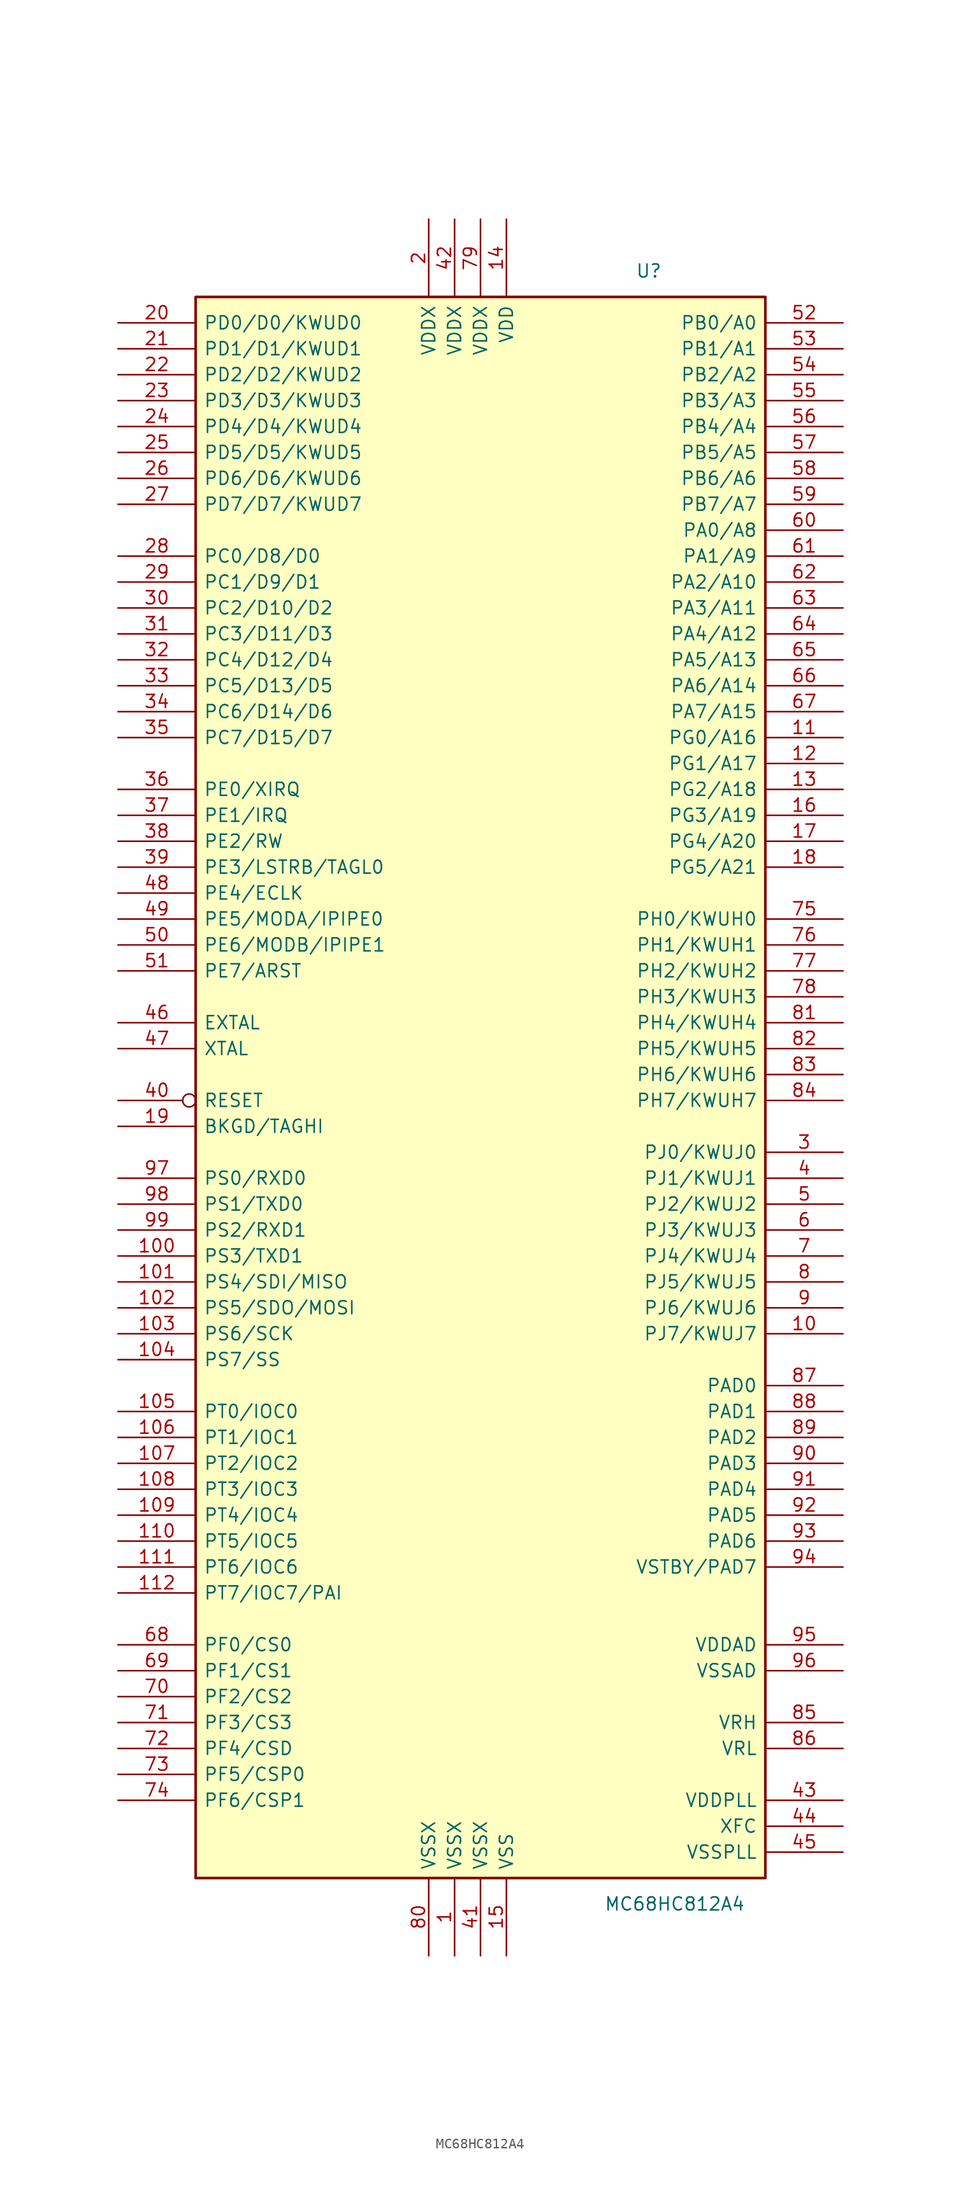
<source format=kicad_sym>
(kicad_symbol_lib
  (version 20201005)
  (generator kicad_symbol_editor)
  (symbol "MCU_NXP_HC12:MC68HC812A4"
    (pin_names
      (offset 0.762))
    (property "Reference" "U"
      (at 16.51 86.36 0)
      (effects (font (size 1.27 1.27))))
    (property "Value" "MC68HC812A4"
      (at 19.05 -73.66 0)
      (effects (font (size 1.27 1.27))))
    (symbol "MC68HC812A4_0_1"
      (rectangle (start -27.94 83.82) (end 27.94 -71.12) (stroke (width 0.254)) (fill (type background))))
    (symbol "MC68HC812A4_1_1"
      (pin power_in line (at -2.54 -78.74 90) (length 7.62) (name "VSSX" (effects (font (size 1.27 1.27)))) (number "1" (effects (font (size 1.27 1.27)))))
      (pin bidirectional line (at 35.56 -17.78 180) (length 7.62) (name "PJ7/KWUJ7" (effects (font (size 1.27 1.27)))) (number "10" (effects (font (size 1.27 1.27)))))
      (pin bidirectional line (at -35.56 -10.16 0) (length 7.62) (name "PS3/TXD1" (effects (font (size 1.27 1.27)))) (number "100" (effects (font (size 1.27 1.27)))))
      (pin bidirectional line (at -35.56 -12.7 0) (length 7.62) (name "PS4/SDI/MISO" (effects (font (size 1.27 1.27)))) (number "101" (effects (font (size 1.27 1.27)))))
      (pin bidirectional line (at -35.56 -15.24 0) (length 7.62) (name "PS5/SDO/MOSI" (effects (font (size 1.27 1.27)))) (number "102" (effects (font (size 1.27 1.27)))))
      (pin bidirectional line (at -35.56 -17.78 0) (length 7.62) (name "PS6/SCK" (effects (font (size 1.27 1.27)))) (number "103" (effects (font (size 1.27 1.27)))))
      (pin bidirectional line (at -35.56 -20.32 0) (length 7.62) (name "PS7/SS" (effects (font (size 1.27 1.27)))) (number "104" (effects (font (size 1.27 1.27)))))
      (pin bidirectional line (at -35.56 -25.4 0) (length 7.62) (name "PT0/IOC0" (effects (font (size 1.27 1.27)))) (number "105" (effects (font (size 1.27 1.27)))))
      (pin bidirectional line (at -35.56 -27.94 0) (length 7.62) (name "PT1/IOC1" (effects (font (size 1.27 1.27)))) (number "106" (effects (font (size 1.27 1.27)))))
      (pin bidirectional line (at -35.56 -30.48 0) (length 7.62) (name "PT2/IOC2" (effects (font (size 1.27 1.27)))) (number "107" (effects (font (size 1.27 1.27)))))
      (pin bidirectional line (at -35.56 -33.02 0) (length 7.62) (name "PT3/IOC3" (effects (font (size 1.27 1.27)))) (number "108" (effects (font (size 1.27 1.27)))))
      (pin bidirectional line (at -35.56 -35.56 0) (length 7.62) (name "PT4/IOC4" (effects (font (size 1.27 1.27)))) (number "109" (effects (font (size 1.27 1.27)))))
      (pin bidirectional line (at 35.56 40.64 180) (length 7.62) (name "PG0/A16" (effects (font (size 1.27 1.27)))) (number "11" (effects (font (size 1.27 1.27)))))
      (pin bidirectional line (at -35.56 -38.1 0) (length 7.62) (name "PT5/IOC5" (effects (font (size 1.27 1.27)))) (number "110" (effects (font (size 1.27 1.27)))))
      (pin bidirectional line (at -35.56 -40.64 0) (length 7.62) (name "PT6/IOC6" (effects (font (size 1.27 1.27)))) (number "111" (effects (font (size 1.27 1.27)))))
      (pin bidirectional line (at -35.56 -43.18 0) (length 7.62) (name "PT7/IOC7/PAI" (effects (font (size 1.27 1.27)))) (number "112" (effects (font (size 1.27 1.27)))))
      (pin bidirectional line (at 35.56 38.1 180) (length 7.62) (name "PG1/A17" (effects (font (size 1.27 1.27)))) (number "12" (effects (font (size 1.27 1.27)))))
      (pin bidirectional line (at 35.56 35.56 180) (length 7.62) (name "PG2/A18" (effects (font (size 1.27 1.27)))) (number "13" (effects (font (size 1.27 1.27)))))
      (pin power_in line (at 2.54 91.44 270) (length 7.62) (name "VDD" (effects (font (size 1.27 1.27)))) (number "14" (effects (font (size 1.27 1.27)))))
      (pin power_in line (at 2.54 -78.74 90) (length 7.62) (name "VSS" (effects (font (size 1.27 1.27)))) (number "15" (effects (font (size 1.27 1.27)))))
      (pin bidirectional line (at 35.56 33.02 180) (length 7.62) (name "PG3/A19" (effects (font (size 1.27 1.27)))) (number "16" (effects (font (size 1.27 1.27)))))
      (pin bidirectional line (at 35.56 30.48 180) (length 7.62) (name "PG4/A20" (effects (font (size 1.27 1.27)))) (number "17" (effects (font (size 1.27 1.27)))))
      (pin bidirectional line (at 35.56 27.94 180) (length 7.62) (name "PG5/A21" (effects (font (size 1.27 1.27)))) (number "18" (effects (font (size 1.27 1.27)))))
      (pin bidirectional line (at -35.56 2.54 0) (length 7.62) (name "BKGD/TAGHI" (effects (font (size 1.27 1.27)))) (number "19" (effects (font (size 1.27 1.27)))))
      (pin power_in line (at -5.08 91.44 270) (length 7.62) (name "VDDX" (effects (font (size 1.27 1.27)))) (number "2" (effects (font (size 1.27 1.27)))))
      (pin bidirectional line (at -35.56 81.28 0) (length 7.62) (name "PD0/D0/KWUD0" (effects (font (size 1.27 1.27)))) (number "20" (effects (font (size 1.27 1.27)))))
      (pin bidirectional line (at -35.56 78.74 0) (length 7.62) (name "PD1/D1/KWUD1" (effects (font (size 1.27 1.27)))) (number "21" (effects (font (size 1.27 1.27)))))
      (pin bidirectional line (at -35.56 76.2 0) (length 7.62) (name "PD2/D2/KWUD2" (effects (font (size 1.27 1.27)))) (number "22" (effects (font (size 1.27 1.27)))))
      (pin bidirectional line (at -35.56 73.66 0) (length 7.62) (name "PD3/D3/KWUD3" (effects (font (size 1.27 1.27)))) (number "23" (effects (font (size 1.27 1.27)))))
      (pin bidirectional line (at -35.56 71.12 0) (length 7.62) (name "PD4/D4/KWUD4" (effects (font (size 1.27 1.27)))) (number "24" (effects (font (size 1.27 1.27)))))
      (pin bidirectional line (at -35.56 68.58 0) (length 7.62) (name "PD5/D5/KWUD5" (effects (font (size 1.27 1.27)))) (number "25" (effects (font (size 1.27 1.27)))))
      (pin bidirectional line (at -35.56 66.04 0) (length 7.62) (name "PD6/D6/KWUD6" (effects (font (size 1.27 1.27)))) (number "26" (effects (font (size 1.27 1.27)))))
      (pin bidirectional line (at -35.56 63.5 0) (length 7.62) (name "PD7/D7/KWUD7" (effects (font (size 1.27 1.27)))) (number "27" (effects (font (size 1.27 1.27)))))
      (pin bidirectional line (at -35.56 58.42 0) (length 7.62) (name "PC0/D8/D0" (effects (font (size 1.27 1.27)))) (number "28" (effects (font (size 1.27 1.27)))))
      (pin bidirectional line (at -35.56 55.88 0) (length 7.62) (name "PC1/D9/D1" (effects (font (size 1.27 1.27)))) (number "29" (effects (font (size 1.27 1.27)))))
      (pin bidirectional line (at 35.56 0 180) (length 7.62) (name "PJ0/KWUJ0" (effects (font (size 1.27 1.27)))) (number "3" (effects (font (size 1.27 1.27)))))
      (pin bidirectional line (at -35.56 53.34 0) (length 7.62) (name "PC2/D10/D2" (effects (font (size 1.27 1.27)))) (number "30" (effects (font (size 1.27 1.27)))))
      (pin bidirectional line (at -35.56 50.8 0) (length 7.62) (name "PC3/D11/D3" (effects (font (size 1.27 1.27)))) (number "31" (effects (font (size 1.27 1.27)))))
      (pin bidirectional line (at -35.56 48.26 0) (length 7.62) (name "PC4/D12/D4" (effects (font (size 1.27 1.27)))) (number "32" (effects (font (size 1.27 1.27)))))
      (pin bidirectional line (at -35.56 45.72 0) (length 7.62) (name "PC5/D13/D5" (effects (font (size 1.27 1.27)))) (number "33" (effects (font (size 1.27 1.27)))))
      (pin bidirectional line (at -35.56 43.18 0) (length 7.62) (name "PC6/D14/D6" (effects (font (size 1.27 1.27)))) (number "34" (effects (font (size 1.27 1.27)))))
      (pin bidirectional line (at -35.56 40.64 0) (length 7.62) (name "PC7/D15/D7" (effects (font (size 1.27 1.27)))) (number "35" (effects (font (size 1.27 1.27)))))
      (pin input line (at -35.56 35.56 0) (length 7.62) (name "PE0/XIRQ" (effects (font (size 1.27 1.27)))) (number "36" (effects (font (size 1.27 1.27)))))
      (pin input line (at -35.56 33.02 0) (length 7.62) (name "PE1/IRQ" (effects (font (size 1.27 1.27)))) (number "37" (effects (font (size 1.27 1.27)))))
      (pin bidirectional line (at -35.56 30.48 0) (length 7.62) (name "PE2/RW" (effects (font (size 1.27 1.27)))) (number "38" (effects (font (size 1.27 1.27)))))
      (pin bidirectional line (at -35.56 27.94 0) (length 7.62) (name "PE3/LSTRB/TAGL0" (effects (font (size 1.27 1.27)))) (number "39" (effects (font (size 1.27 1.27)))))
      (pin bidirectional line (at 35.56 -2.54 180) (length 7.62) (name "PJ1/KWUJ1" (effects (font (size 1.27 1.27)))) (number "4" (effects (font (size 1.27 1.27)))))
      (pin bidirectional inverted (at -35.56 5.08 0) (length 7.62) (name "RESET" (effects (font (size 1.27 1.27)))) (number "40" (effects (font (size 1.27 1.27)))))
      (pin power_in line (at 0 -78.74 90) (length 7.62) (name "VSSX" (effects (font (size 1.27 1.27)))) (number "41" (effects (font (size 1.27 1.27)))))
      (pin power_in line (at -2.54 91.44 270) (length 7.62) (name "VDDX" (effects (font (size 1.27 1.27)))) (number "42" (effects (font (size 1.27 1.27)))))
      (pin input line (at 35.56 -63.5 180) (length 7.62) (name "VDDPLL" (effects (font (size 1.27 1.27)))) (number "43" (effects (font (size 1.27 1.27)))))
      (pin passive line (at 35.56 -66.04 180) (length 7.62) (name "XFC" (effects (font (size 1.27 1.27)))) (number "44" (effects (font (size 1.27 1.27)))))
      (pin input line (at 35.56 -68.58 180) (length 7.62) (name "VSSPLL" (effects (font (size 1.27 1.27)))) (number "45" (effects (font (size 1.27 1.27)))))
      (pin input line (at -35.56 12.7 0) (length 7.62) (name "EXTAL" (effects (font (size 1.27 1.27)))) (number "46" (effects (font (size 1.27 1.27)))))
      (pin output line (at -35.56 10.16 0) (length 7.62) (name "XTAL" (effects (font (size 1.27 1.27)))) (number "47" (effects (font (size 1.27 1.27)))))
      (pin bidirectional line (at -35.56 25.4 0) (length 7.62) (name "PE4/ECLK" (effects (font (size 1.27 1.27)))) (number "48" (effects (font (size 1.27 1.27)))))
      (pin bidirectional line (at -35.56 22.86 0) (length 7.62) (name "PE5/MODA/IPIPE0" (effects (font (size 1.27 1.27)))) (number "49" (effects (font (size 1.27 1.27)))))
      (pin bidirectional line (at 35.56 -5.08 180) (length 7.62) (name "PJ2/KWUJ2" (effects (font (size 1.27 1.27)))) (number "5" (effects (font (size 1.27 1.27)))))
      (pin bidirectional line (at -35.56 20.32 0) (length 7.62) (name "PE6/MODB/IPIPE1" (effects (font (size 1.27 1.27)))) (number "50" (effects (font (size 1.27 1.27)))))
      (pin bidirectional line (at -35.56 17.78 0) (length 7.62) (name "PE7/ARST" (effects (font (size 1.27 1.27)))) (number "51" (effects (font (size 1.27 1.27)))))
      (pin bidirectional line (at 35.56 81.28 180) (length 7.62) (name "PB0/A0" (effects (font (size 1.27 1.27)))) (number "52" (effects (font (size 1.27 1.27)))))
      (pin bidirectional line (at 35.56 78.74 180) (length 7.62) (name "PB1/A1" (effects (font (size 1.27 1.27)))) (number "53" (effects (font (size 1.27 1.27)))))
      (pin bidirectional line (at 35.56 76.2 180) (length 7.62) (name "PB2/A2" (effects (font (size 1.27 1.27)))) (number "54" (effects (font (size 1.27 1.27)))))
      (pin bidirectional line (at 35.56 73.66 180) (length 7.62) (name "PB3/A3" (effects (font (size 1.27 1.27)))) (number "55" (effects (font (size 1.27 1.27)))))
      (pin bidirectional line (at 35.56 71.12 180) (length 7.62) (name "PB4/A4" (effects (font (size 1.27 1.27)))) (number "56" (effects (font (size 1.27 1.27)))))
      (pin bidirectional line (at 35.56 68.58 180) (length 7.62) (name "PB5/A5" (effects (font (size 1.27 1.27)))) (number "57" (effects (font (size 1.27 1.27)))))
      (pin bidirectional line (at 35.56 66.04 180) (length 7.62) (name "PB6/A6" (effects (font (size 1.27 1.27)))) (number "58" (effects (font (size 1.27 1.27)))))
      (pin bidirectional line (at 35.56 63.5 180) (length 7.62) (name "PB7/A7" (effects (font (size 1.27 1.27)))) (number "59" (effects (font (size 1.27 1.27)))))
      (pin bidirectional line (at 35.56 -7.62 180) (length 7.62) (name "PJ3/KWUJ3" (effects (font (size 1.27 1.27)))) (number "6" (effects (font (size 1.27 1.27)))))
      (pin bidirectional line (at 35.56 60.96 180) (length 7.62) (name "PA0/A8" (effects (font (size 1.27 1.27)))) (number "60" (effects (font (size 1.27 1.27)))))
      (pin bidirectional line (at 35.56 58.42 180) (length 7.62) (name "PA1/A9" (effects (font (size 1.27 1.27)))) (number "61" (effects (font (size 1.27 1.27)))))
      (pin bidirectional line (at 35.56 55.88 180) (length 7.62) (name "PA2/A10" (effects (font (size 1.27 1.27)))) (number "62" (effects (font (size 1.27 1.27)))))
      (pin bidirectional line (at 35.56 53.34 180) (length 7.62) (name "PA3/A11" (effects (font (size 1.27 1.27)))) (number "63" (effects (font (size 1.27 1.27)))))
      (pin bidirectional line (at 35.56 50.8 180) (length 7.62) (name "PA4/A12" (effects (font (size 1.27 1.27)))) (number "64" (effects (font (size 1.27 1.27)))))
      (pin bidirectional line (at 35.56 48.26 180) (length 7.62) (name "PA5/A13" (effects (font (size 1.27 1.27)))) (number "65" (effects (font (size 1.27 1.27)))))
      (pin bidirectional line (at 35.56 45.72 180) (length 7.62) (name "PA6/A14" (effects (font (size 1.27 1.27)))) (number "66" (effects (font (size 1.27 1.27)))))
      (pin bidirectional line (at 35.56 43.18 180) (length 7.62) (name "PA7/A15" (effects (font (size 1.27 1.27)))) (number "67" (effects (font (size 1.27 1.27)))))
      (pin bidirectional line (at -35.56 -48.26 0) (length 7.62) (name "PF0/CS0" (effects (font (size 1.27 1.27)))) (number "68" (effects (font (size 1.27 1.27)))))
      (pin bidirectional line (at -35.56 -50.8 0) (length 7.62) (name "PF1/CS1" (effects (font (size 1.27 1.27)))) (number "69" (effects (font (size 1.27 1.27)))))
      (pin bidirectional line (at 35.56 -10.16 180) (length 7.62) (name "PJ4/KWUJ4" (effects (font (size 1.27 1.27)))) (number "7" (effects (font (size 1.27 1.27)))))
      (pin bidirectional line (at -35.56 -53.34 0) (length 7.62) (name "PF2/CS2" (effects (font (size 1.27 1.27)))) (number "70" (effects (font (size 1.27 1.27)))))
      (pin bidirectional line (at -35.56 -55.88 0) (length 7.62) (name "PF3/CS3" (effects (font (size 1.27 1.27)))) (number "71" (effects (font (size 1.27 1.27)))))
      (pin bidirectional line (at -35.56 -58.42 0) (length 7.62) (name "PF4/CSD" (effects (font (size 1.27 1.27)))) (number "72" (effects (font (size 1.27 1.27)))))
      (pin bidirectional line (at -35.56 -60.96 0) (length 7.62) (name "PF5/CSP0" (effects (font (size 1.27 1.27)))) (number "73" (effects (font (size 1.27 1.27)))))
      (pin bidirectional line (at -35.56 -63.5 0) (length 7.62) (name "PF6/CSP1" (effects (font (size 1.27 1.27)))) (number "74" (effects (font (size 1.27 1.27)))))
      (pin bidirectional line (at 35.56 22.86 180) (length 7.62) (name "PH0/KWUH0" (effects (font (size 1.27 1.27)))) (number "75" (effects (font (size 1.27 1.27)))))
      (pin bidirectional line (at 35.56 20.32 180) (length 7.62) (name "PH1/KWUH1" (effects (font (size 1.27 1.27)))) (number "76" (effects (font (size 1.27 1.27)))))
      (pin bidirectional line (at 35.56 17.78 180) (length 7.62) (name "PH2/KWUH2" (effects (font (size 1.27 1.27)))) (number "77" (effects (font (size 1.27 1.27)))))
      (pin bidirectional line (at 35.56 15.24 180) (length 7.62) (name "PH3/KWUH3" (effects (font (size 1.27 1.27)))) (number "78" (effects (font (size 1.27 1.27)))))
      (pin power_in line (at 0 91.44 270) (length 7.62) (name "VDDX" (effects (font (size 1.27 1.27)))) (number "79" (effects (font (size 1.27 1.27)))))
      (pin bidirectional line (at 35.56 -12.7 180) (length 7.62) (name "PJ5/KWUJ5" (effects (font (size 1.27 1.27)))) (number "8" (effects (font (size 1.27 1.27)))))
      (pin power_in line (at -5.08 -78.74 90) (length 7.62) (name "VSSX" (effects (font (size 1.27 1.27)))) (number "80" (effects (font (size 1.27 1.27)))))
      (pin bidirectional line (at 35.56 12.7 180) (length 7.62) (name "PH4/KWUH4" (effects (font (size 1.27 1.27)))) (number "81" (effects (font (size 1.27 1.27)))))
      (pin bidirectional line (at 35.56 10.16 180) (length 7.62) (name "PH5/KWUH5" (effects (font (size 1.27 1.27)))) (number "82" (effects (font (size 1.27 1.27)))))
      (pin bidirectional line (at 35.56 7.62 180) (length 7.62) (name "PH6/KWUH6" (effects (font (size 1.27 1.27)))) (number "83" (effects (font (size 1.27 1.27)))))
      (pin bidirectional line (at 35.56 5.08 180) (length 7.62) (name "PH7/KWUH7" (effects (font (size 1.27 1.27)))) (number "84" (effects (font (size 1.27 1.27)))))
      (pin input line (at 35.56 -55.88 180) (length 7.62) (name "VRH" (effects (font (size 1.27 1.27)))) (number "85" (effects (font (size 1.27 1.27)))))
      (pin input line (at 35.56 -58.42 180) (length 7.62) (name "VRL" (effects (font (size 1.27 1.27)))) (number "86" (effects (font (size 1.27 1.27)))))
      (pin input line (at 35.56 -22.86 180) (length 7.62) (name "PAD0" (effects (font (size 1.27 1.27)))) (number "87" (effects (font (size 1.27 1.27)))))
      (pin input line (at 35.56 -25.4 180) (length 7.62) (name "PAD1" (effects (font (size 1.27 1.27)))) (number "88" (effects (font (size 1.27 1.27)))))
      (pin input line (at 35.56 -27.94 180) (length 7.62) (name "PAD2" (effects (font (size 1.27 1.27)))) (number "89" (effects (font (size 1.27 1.27)))))
      (pin bidirectional line (at 35.56 -15.24 180) (length 7.62) (name "PJ6/KWUJ6" (effects (font (size 1.27 1.27)))) (number "9" (effects (font (size 1.27 1.27)))))
      (pin input line (at 35.56 -30.48 180) (length 7.62) (name "PAD3" (effects (font (size 1.27 1.27)))) (number "90" (effects (font (size 1.27 1.27)))))
      (pin input line (at 35.56 -33.02 180) (length 7.62) (name "PAD4" (effects (font (size 1.27 1.27)))) (number "91" (effects (font (size 1.27 1.27)))))
      (pin input line (at 35.56 -35.56 180) (length 7.62) (name "PAD5" (effects (font (size 1.27 1.27)))) (number "92" (effects (font (size 1.27 1.27)))))
      (pin input line (at 35.56 -38.1 180) (length 7.62) (name "PAD6" (effects (font (size 1.27 1.27)))) (number "93" (effects (font (size 1.27 1.27)))))
      (pin input line (at 35.56 -40.64 180) (length 7.62) (name "VSTBY/PAD7" (effects (font (size 1.27 1.27)))) (number "94" (effects (font (size 1.27 1.27)))))
      (pin input line (at 35.56 -48.26 180) (length 7.62) (name "VDDAD" (effects (font (size 1.27 1.27)))) (number "95" (effects (font (size 1.27 1.27)))))
      (pin input line (at 35.56 -50.8 180) (length 7.62) (name "VSSAD" (effects (font (size 1.27 1.27)))) (number "96" (effects (font (size 1.27 1.27)))))
      (pin bidirectional line (at -35.56 -2.54 0) (length 7.62) (name "PS0/RXD0" (effects (font (size 1.27 1.27)))) (number "97" (effects (font (size 1.27 1.27)))))
      (pin bidirectional line (at -35.56 -5.08 0) (length 7.62) (name "PS1/TXD0" (effects (font (size 1.27 1.27)))) (number "98" (effects (font (size 1.27 1.27)))))
      (pin bidirectional line (at -35.56 -7.62 0) (length 7.62) (name "PS2/RXD1" (effects (font (size 1.27 1.27)))) (number "99" (effects (font (size 1.27 1.27))))))))
</source>
